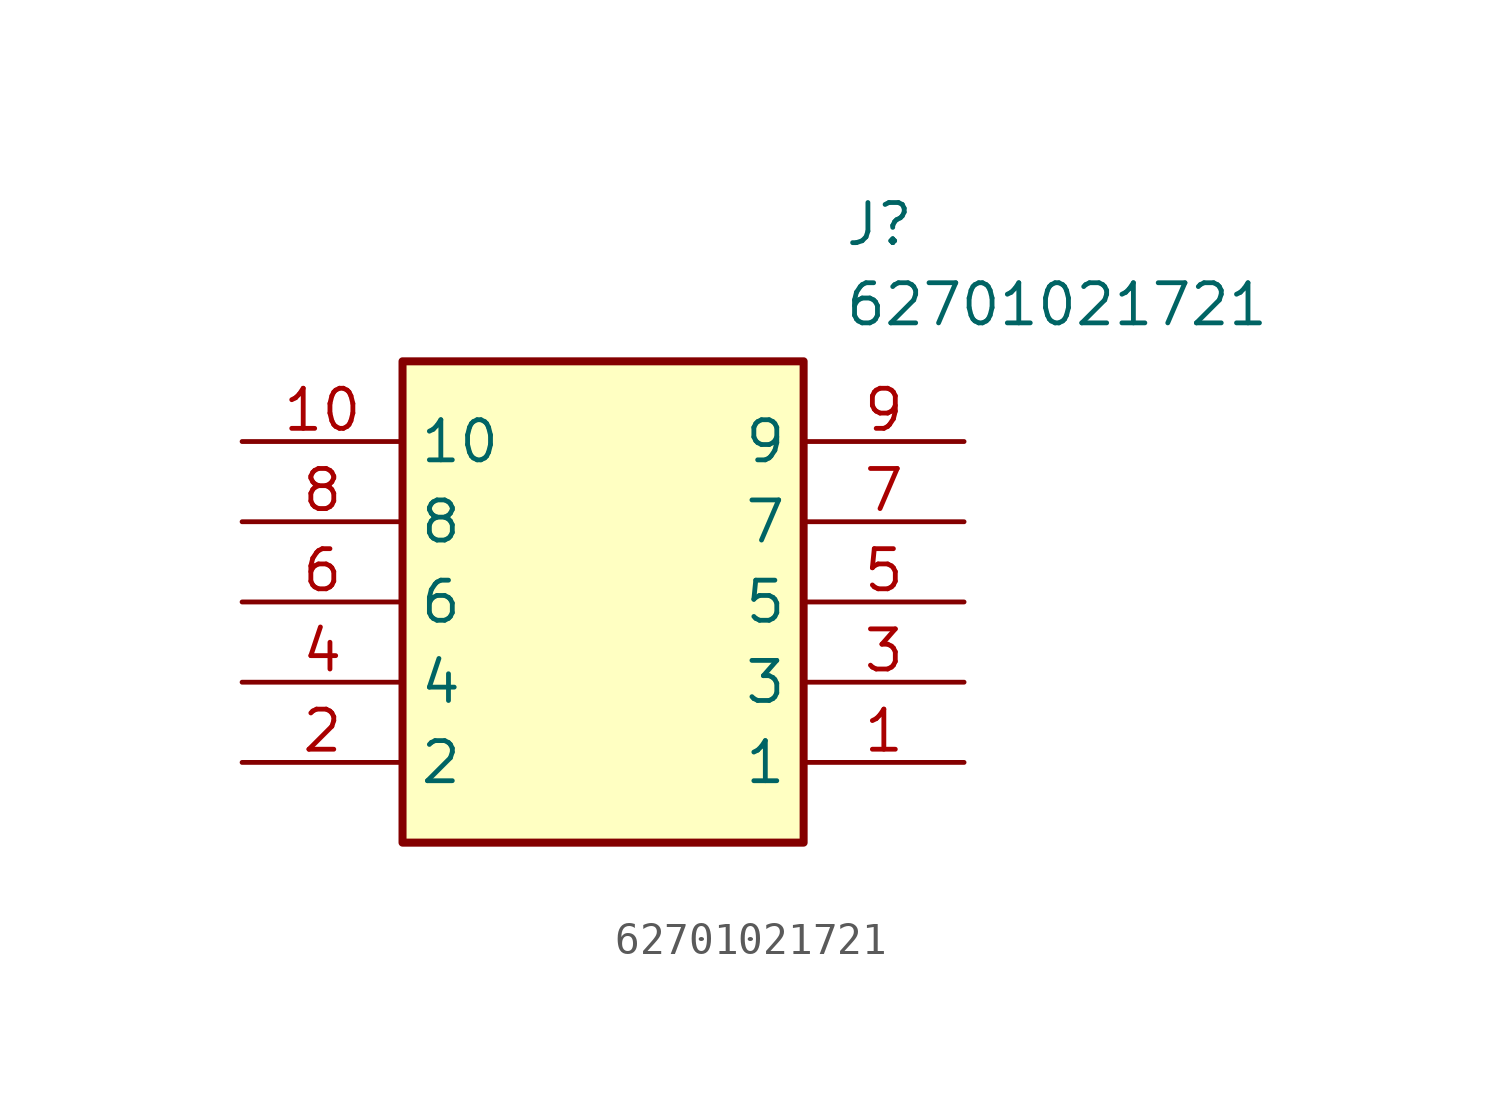
<source format=kicad_sym>
(kicad_symbol_lib
  (version 20211014)
  (generator SamacSys_ECAD_Model)
  (symbol "62701021721"
    (property "Reference" "J"
      (at 19.05 7.62 0)
      (effects (font (size 1.27 1.27)) (justify left top)))
    (property "Value" "62701021721"
      (at 19.05 5.08 0)
      (effects (font (size 1.27 1.27)) (justify left top)))
    (rectangle
      (start 5.08 2.54)
      (end 17.78 -12.7)
      (stroke (width 0.254) (type default))
      (fill (type background)))
    (pin passive line
      (at 22.86 -10.16 180)
      (length 5.08)
      (name "1" (effects (font (size 1.27 1.27))))
      (number "1" (effects (font (size 1.27 1.27)))))
    (pin passive line
      (at 0 -10.16 0)
      (length 5.08)
      (name "2" (effects (font (size 1.27 1.27))))
      (number "2" (effects (font (size 1.27 1.27)))))
    (pin passive line
      (at 22.86 -7.62 180)
      (length 5.08)
      (name "3" (effects (font (size 1.27 1.27))))
      (number "3" (effects (font (size 1.27 1.27)))))
    (pin passive line
      (at 0 -7.62 0)
      (length 5.08)
      (name "4" (effects (font (size 1.27 1.27))))
      (number "4" (effects (font (size 1.27 1.27)))))
    (pin passive line
      (at 22.86 -5.08 180)
      (length 5.08)
      (name "5" (effects (font (size 1.27 1.27))))
      (number "5" (effects (font (size 1.27 1.27)))))
    (pin passive line
      (at 0 -5.08 0)
      (length 5.08)
      (name "6" (effects (font (size 1.27 1.27))))
      (number "6" (effects (font (size 1.27 1.27)))))
    (pin passive line
      (at 22.86 -2.54 180)
      (length 5.08)
      (name "7" (effects (font (size 1.27 1.27))))
      (number "7" (effects (font (size 1.27 1.27)))))
    (pin passive line
      (at 0 -2.54 0)
      (length 5.08)
      (name "8" (effects (font (size 1.27 1.27))))
      (number "8" (effects (font (size 1.27 1.27)))))
    (pin passive line
      (at 22.86 0 180)
      (length 5.08)
      (name "9" (effects (font (size 1.27 1.27))))
      (number "9" (effects (font (size 1.27 1.27)))))
    (pin passive line
      (at 0 0 0)
      (length 5.08)
      (name "10" (effects (font (size 1.27 1.27))))
      (number "10" (effects (font (size 1.27 1.27)))))))
</source>
